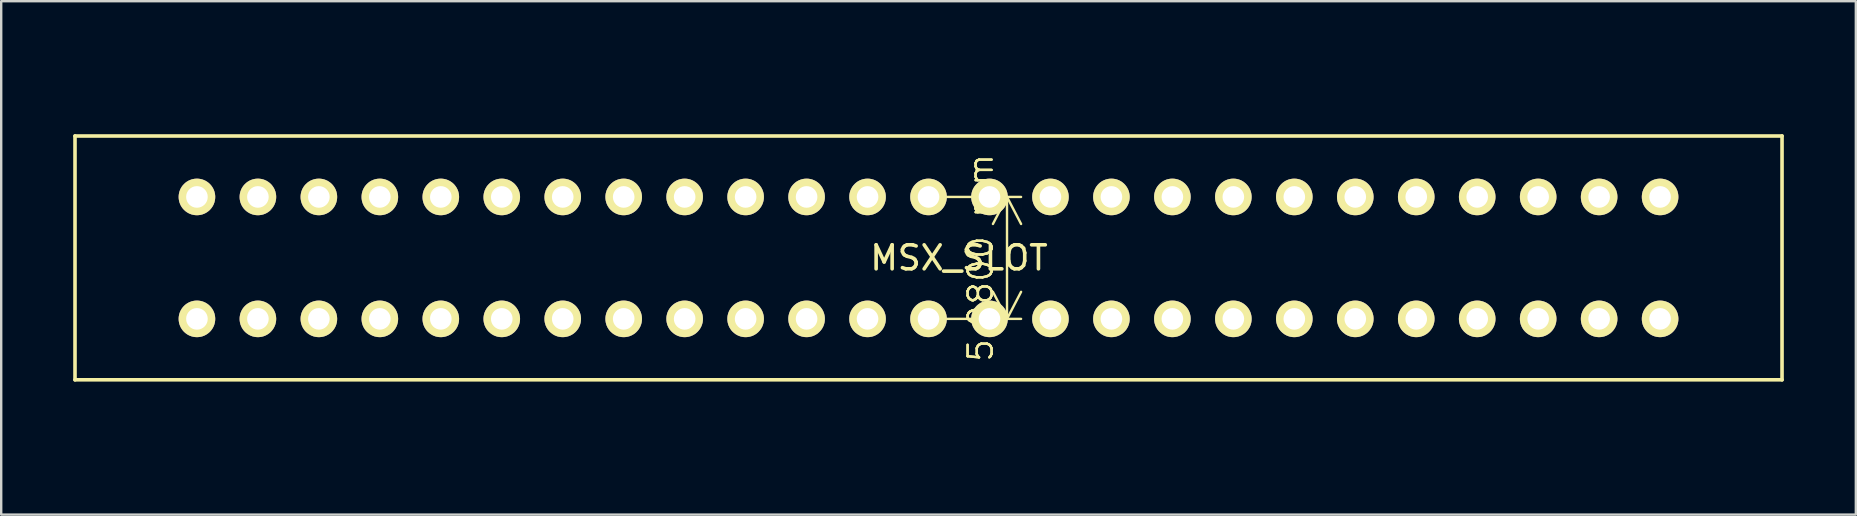
<source format=kicad_pcb>
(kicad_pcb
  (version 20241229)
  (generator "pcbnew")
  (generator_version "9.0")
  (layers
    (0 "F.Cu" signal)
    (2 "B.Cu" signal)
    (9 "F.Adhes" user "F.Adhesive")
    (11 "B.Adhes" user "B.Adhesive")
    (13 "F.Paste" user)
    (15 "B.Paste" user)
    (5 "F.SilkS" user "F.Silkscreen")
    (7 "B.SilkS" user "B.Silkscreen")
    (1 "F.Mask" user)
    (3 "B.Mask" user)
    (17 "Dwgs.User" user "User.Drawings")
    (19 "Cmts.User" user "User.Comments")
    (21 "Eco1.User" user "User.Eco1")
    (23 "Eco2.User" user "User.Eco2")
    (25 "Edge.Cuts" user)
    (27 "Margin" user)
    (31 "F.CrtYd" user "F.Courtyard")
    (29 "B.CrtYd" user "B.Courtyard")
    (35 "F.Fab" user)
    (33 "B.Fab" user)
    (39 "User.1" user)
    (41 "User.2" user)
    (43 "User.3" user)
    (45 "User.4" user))
  (footprint "MSX_SLOT"
    (layer "F.Cu")
    (at 36.905 7.695)
    (property "Reference" "MSX_SLOT" (at 0 0 0) (layer "F.SilkS") (effects (font (size 1 1) (thickness 0.15))))
    (attr through_hole)
    (fp_line (start -36.83 -5.08) (end 34.29 -5.08) (stroke (width 0.15) (type solid)) (layer "F.SilkS"))
    (fp_line (start -36.83 5.08) (end -36.83 -5.08) (stroke (width 0.15) (type solid)) (layer "F.SilkS"))
    (fp_line (start 34.29 -5.08) (end 34.29 5.08) (stroke (width 0.15) (type solid)) (layer "F.SilkS"))
    (fp_line (start 34.29 5.08) (end -36.83 5.08) (stroke (width 0.15) (type solid)) (layer "F.SilkS"))
    (fp_line (start -36.83 -7.62) (end 34.29 -7.62) (stroke (width 0.15) (type solid)) (layer "F.Paste"))
    (fp_line (start -36.83 7.62) (end 34.29 7.62) (stroke (width 0.15) (type solid)) (layer "F.Paste"))
    (dimension (type aligned) (layer "F.SilkS") (pts (xy 35.635 5.155) (xy 35.635 10.235)) (height -3.27) (format (prefix "") (suffix "") (units 3) (units_format 1) (precision 4)) (style (thickness 0.1) (arrow_length 1.27) (text_position_mode 0) (arrow_direction outward) (extension_height 0.586) (extension_offset 0.5) (keep_text_aligned yes)) (gr_text "5.0800 mm" (at 37.805 7.695 90) (layer "F.SilkS") (effects (font (size 1 1) (thickness 0.1)))))
    (pad "1" thru_hole circle (at 29.21 -2.54) (size 1.524 1.524) (drill 0.9) (layers "*.Cu" "*.Mask" "F.SilkS"))
    (pad "2" thru_hole circle (at 29.21 2.54) (size 1.524 1.524) (drill 0.9) (layers "*.Cu" "*.Mask" "F.SilkS"))
    (pad "3" thru_hole circle (at 26.67 -2.54) (size 1.524 1.524) (drill 0.9) (layers "*.Cu" "*.Mask" "F.SilkS"))
    (pad "4" thru_hole circle (at 26.67 2.54) (size 1.524 1.524) (drill 0.9) (layers "*.Cu" "*.Mask" "F.SilkS"))
    (pad "5" thru_hole circle (at 24.13 -2.54) (size 1.524 1.524) (drill 0.9) (layers "*.Cu" "*.Mask" "F.SilkS"))
    (pad "6" thru_hole circle (at 24.13 2.54) (size 1.524 1.524) (drill 0.9) (layers "*.Cu" "*.Mask" "F.SilkS"))
    (pad "7" thru_hole circle (at 21.59 -2.54) (size 1.524 1.524) (drill 0.9) (layers "*.Cu" "*.Mask" "F.SilkS"))
    (pad "8" thru_hole circle (at 21.59 2.54) (size 1.524 1.524) (drill 0.9) (layers "*.Cu" "*.Mask" "F.SilkS"))
    (pad "9" thru_hole circle (at 19.05 -2.54) (size 1.524 1.524) (drill 0.9) (layers "*.Cu" "*.Mask" "F.SilkS"))
    (pad "10" thru_hole circle (at 19.05 2.54) (size 1.524 1.524) (drill 0.9) (layers "*.Cu" "*.Mask" "F.SilkS"))
    (pad "11" thru_hole circle (at 16.51 -2.54) (size 1.524 1.524) (drill 0.9) (layers "*.Cu" "*.Mask" "F.SilkS"))
    (pad "12" thru_hole circle (at 16.51 2.54) (size 1.524 1.524) (drill 0.9) (layers "*.Cu" "*.Mask" "F.SilkS"))
    (pad "13" thru_hole circle (at 13.97 -2.54) (size 1.524 1.524) (drill 0.9) (layers "*.Cu" "*.Mask" "F.SilkS"))
    (pad "14" thru_hole circle (at 13.97 2.54) (size 1.524 1.524) (drill 0.9) (layers "*.Cu" "*.Mask" "F.SilkS"))
    (pad "15" thru_hole circle (at 11.43 -2.54) (size 1.524 1.524) (drill 0.9) (layers "*.Cu" "*.Mask" "F.SilkS"))
    (pad "16" thru_hole circle (at 11.43 2.54) (size 1.524 1.524) (drill 0.9) (layers "*.Cu" "*.Mask" "F.SilkS"))
    (pad "17" thru_hole circle (at 8.89 -2.54) (size 1.524 1.524) (drill 0.9) (layers "*.Cu" "*.Mask" "F.SilkS"))
    (pad "18" thru_hole circle (at 8.89 2.54) (size 1.524 1.524) (drill 0.9) (layers "*.Cu" "*.Mask" "F.SilkS"))
    (pad "19" thru_hole circle (at 6.35 -2.54) (size 1.524 1.524) (drill 0.9) (layers "*.Cu" "*.Mask" "F.SilkS"))
    (pad "20" thru_hole circle (at 6.35 2.54) (size 1.524 1.524) (drill 0.9) (layers "*.Cu" "*.Mask" "F.SilkS"))
    (pad "21" thru_hole circle (at 3.81 -2.54) (size 1.524 1.524) (drill 0.9) (layers "*.Cu" "*.Mask" "F.SilkS"))
    (pad "22" thru_hole circle (at 3.81 2.54) (size 1.524 1.524) (drill 0.9) (layers "*.Cu" "*.Mask" "F.SilkS"))
    (pad "23" thru_hole circle (at 1.27 -2.54) (size 1.524 1.524) (drill 0.9) (layers "*.Cu" "*.Mask" "F.SilkS"))
    (pad "24" thru_hole circle (at 1.27 2.54) (size 1.524 1.524) (drill 0.9) (layers "*.Cu" "*.Mask" "F.SilkS"))
    (pad "25" thru_hole circle (at -1.27 -2.54) (size 1.524 1.524) (drill 0.9) (layers "*.Cu" "*.Mask" "F.SilkS"))
    (pad "26" thru_hole circle (at -1.27 2.54) (size 1.524 1.524) (drill 0.9) (layers "*.Cu" "*.Mask" "F.SilkS"))
    (pad "27" thru_hole circle (at -3.81 -2.54) (size 1.524 1.524) (drill 0.9) (layers "*.Cu" "*.Mask" "F.SilkS"))
    (pad "28" thru_hole circle (at -3.81 2.54) (size 1.524 1.524) (drill 0.9) (layers "*.Cu" "*.Mask" "F.SilkS"))
    (pad "29" thru_hole circle (at -6.35 -2.54) (size 1.524 1.524) (drill 0.9) (layers "*.Cu" "*.Mask" "F.SilkS"))
    (pad "30" thru_hole circle (at -6.35 2.54) (size 1.524 1.524) (drill 0.9) (layers "*.Cu" "*.Mask" "F.SilkS"))
    (pad "31" thru_hole circle (at -8.89 -2.54) (size 1.524 1.524) (drill 0.9) (layers "*.Cu" "*.Mask" "F.SilkS"))
    (pad "32" thru_hole circle (at -8.89 2.54) (size 1.524 1.524) (drill 0.9) (layers "*.Cu" "*.Mask" "F.SilkS"))
    (pad "33" thru_hole circle (at -11.43 -2.54) (size 1.524 1.524) (drill 0.9) (layers "*.Cu" "*.Mask" "F.SilkS"))
    (pad "34" thru_hole circle (at -11.43 2.54) (size 1.524 1.524) (drill 0.9) (layers "*.Cu" "*.Mask" "F.SilkS"))
    (pad "35" thru_hole circle (at -13.97 -2.54) (size 1.524 1.524) (drill 0.9) (layers "*.Cu" "*.Mask" "F.SilkS"))
    (pad "36" thru_hole circle (at -13.97 2.54) (size 1.524 1.524) (drill 0.9) (layers "*.Cu" "*.Mask" "F.SilkS"))
    (pad "37" thru_hole circle (at -16.51 -2.54) (size 1.524 1.524) (drill 0.9) (layers "*.Cu" "*.Mask" "F.SilkS"))
    (pad "38" thru_hole circle (at -16.51 2.54) (size 1.524 1.524) (drill 0.9) (layers "*.Cu" "*.Mask" "F.SilkS"))
    (pad "39" thru_hole circle (at -19.05 -2.54) (size 1.524 1.524) (drill 0.9) (layers "*.Cu" "*.Mask" "F.SilkS"))
    (pad "40" thru_hole circle (at -19.05 2.54) (size 1.524 1.524) (drill 0.9) (layers "*.Cu" "*.Mask" "F.SilkS"))
    (pad "41" thru_hole circle (at -21.59 -2.54) (size 1.524 1.524) (drill 0.9) (layers "*.Cu" "*.Mask" "F.SilkS"))
    (pad "42" thru_hole circle (at -21.59 2.54) (size 1.524 1.524) (drill 0.9) (layers "*.Cu" "*.Mask" "F.SilkS"))
    (pad "43" thru_hole circle (at -24.13 -2.54) (size 1.524 1.524) (drill 0.9) (layers "*.Cu" "*.Mask" "F.SilkS"))
    (pad "44" thru_hole circle (at -24.13 2.54) (size 1.524 1.524) (drill 0.9) (layers "*.Cu" "*.Mask" "F.SilkS"))
    (pad "45" thru_hole circle (at -26.67 -2.54) (size 1.524 1.524) (drill 0.9) (layers "*.Cu" "*.Mask" "F.SilkS"))
    (pad "46" thru_hole circle (at -26.67 2.54) (size 1.524 1.524) (drill 0.9) (layers "*.Cu" "*.Mask" "F.SilkS"))
    (pad "47" thru_hole circle (at -29.21 -2.54) (size 1.524 1.524) (drill 0.9) (layers "*.Cu" "*.Mask" "F.SilkS"))
    (pad "48" thru_hole circle (at -29.21 2.54) (size 1.524 1.524) (drill 0.9) (layers "*.Cu" "*.Mask" "F.SilkS"))
    (pad "49" thru_hole circle (at -31.75 -2.54) (size 1.524 1.524) (drill 0.9) (layers "*.Cu" "*.Mask" "F.SilkS"))
    (pad "50" thru_hole circle (at -31.75 2.54) (size 1.524 1.524) (drill 0.9) (layers "*.Cu" "*.Mask" "F.SilkS")))
  (gr_rect
    (start -3 -3)
    (end 74.27 18.39)
    (stroke (width 0.1) (type default))
    (fill no)
    (layer "Edge.Cuts")))
</source>
